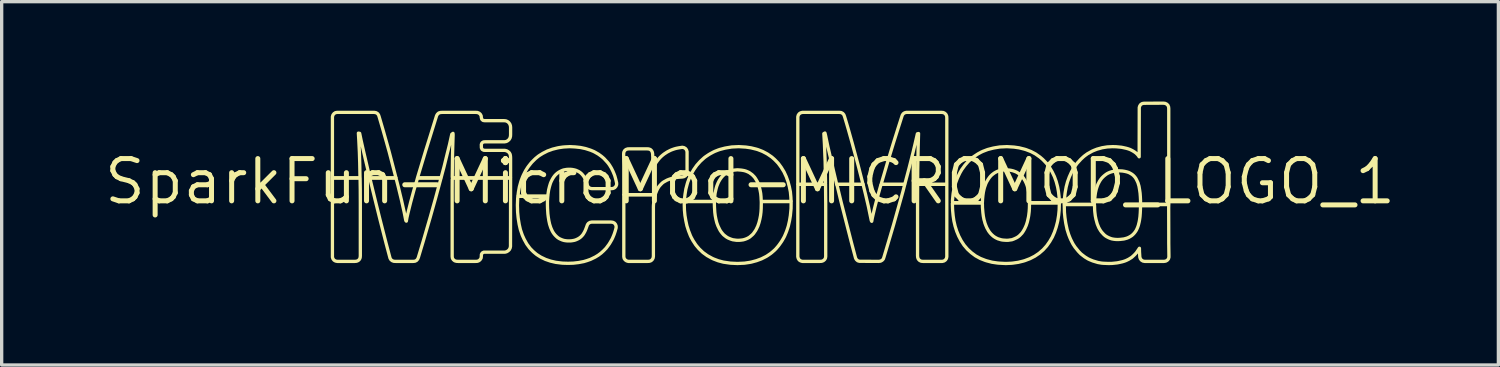
<source format=kicad_pcb>
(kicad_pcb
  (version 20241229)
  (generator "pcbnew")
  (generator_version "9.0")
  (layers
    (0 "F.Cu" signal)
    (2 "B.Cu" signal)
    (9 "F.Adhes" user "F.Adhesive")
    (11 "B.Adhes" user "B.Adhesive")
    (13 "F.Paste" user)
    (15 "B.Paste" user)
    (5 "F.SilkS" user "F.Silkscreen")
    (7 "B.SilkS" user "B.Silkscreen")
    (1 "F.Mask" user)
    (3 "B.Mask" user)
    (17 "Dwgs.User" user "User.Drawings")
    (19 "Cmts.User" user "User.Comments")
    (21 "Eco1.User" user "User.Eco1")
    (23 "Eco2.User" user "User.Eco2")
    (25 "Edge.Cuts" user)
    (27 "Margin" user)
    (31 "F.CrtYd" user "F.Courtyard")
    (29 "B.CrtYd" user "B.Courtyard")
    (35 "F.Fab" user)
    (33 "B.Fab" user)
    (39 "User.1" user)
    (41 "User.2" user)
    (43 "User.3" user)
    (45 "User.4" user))
  (footprint "SparkFun-MicroMod-MICROMOD_LOGO_1"
    (layer "F.Cu")
    (at 19.481 2.404)
    (property "Reference" "SparkFun-MicroMod-MICROMOD_LOGO_1" (at 0 0 0) (layer "F.SilkS") (effects (font (size 1.27 1.27) (thickness 0.15))))
    (attr exclude_from_pos_files exclude_from_bom)
    (fp_poly (pts (xy 2.268 0.084) (xy 1.478 0.084) (xy 1.435 0.094) (xy 1.435 2.258) (xy 1.448 2.309) (xy 1.476 2.355) (xy 1.519 2.383) (xy 1.57 2.398) (xy 2.098 2.398) (xy 2.151 2.395) (xy 2.2 2.377) (xy 2.24 2.344) (xy 2.266 2.299) (xy 2.273 2.248) (xy 2.273 0.663) (xy 2.268 0.084)) (stroke (width 0.099) (type solid)) (fill no) (layer "F.SilkS"))
    (fp_poly (pts (xy 5.911 0.084) (xy 5.062 0.084) (xy 5.034 0.109) (xy 5.032 0.693) (xy 5.032 2.23) (xy 5.037 2.283) (xy 5.057 2.332) (xy 5.093 2.37) (xy 5.141 2.393) (xy 5.194 2.398) (xy 5.776 2.398) (xy 5.827 2.385) (xy 5.87 2.355) (xy 5.9 2.309) (xy 5.911 2.258) (xy 5.911 0.084)) (stroke (width 0.099) (type solid)) (fill no) (layer "F.SilkS"))
    (fp_poly (pts (xy -12.545 -0.109) (xy -12.545 2.271) (xy -12.53 2.319) (xy -12.497 2.362) (xy -12.451 2.388) (xy -12.4 2.398) (xy -11.869 2.398) (xy -11.819 2.393) (xy -11.77 2.372) (xy -11.732 2.334) (xy -11.712 2.286) (xy -11.707 2.233) (xy -11.707 0.645) (xy -11.709 0.224) (xy -11.714 -0.091) (xy -11.753 -0.109) (xy -12.545 -0.109)) (stroke (width 0.099) (type solid)) (fill no) (layer "F.SilkS"))
    (fp_poly (pts (xy -2.85 0.396) (xy -3.749 0.396) (xy -3.792 0.406) (xy -3.792 2.258) (xy -3.782 2.309) (xy -3.752 2.352) (xy -3.708 2.383) (xy -3.658 2.398) (xy -3.076 2.398) (xy -3.023 2.395) (xy -2.974 2.377) (xy -2.936 2.342) (xy -2.911 2.296) (xy -2.903 2.243) (xy -2.903 0.866) (xy -2.903 0.762) (xy -2.901 0.709) (xy -2.891 0.602) (xy -2.875 0.498) (xy -2.85 0.396)) (stroke (width 0.099) (type solid)) (fill no) (layer "F.SilkS"))
    (fp_poly (pts (xy -7.193 -0.109) (xy -8.933 -0.109) (xy -8.946 -0.069) (xy -8.948 0.246) (xy -8.948 2.25) (xy -8.941 2.304) (xy -8.913 2.347) (xy -8.872 2.38) (xy -8.821 2.395) (xy -8.771 2.398) (xy -8.242 2.398) (xy -8.189 2.395) (xy -8.141 2.375) (xy -8.103 2.339) (xy -8.077 2.294) (xy -8.072 2.24) (xy -8.07 2.189) (xy -8.044 2.144) (xy -7.998 2.121) (xy -7.363 2.121) (xy -7.313 2.108) (xy -7.267 2.08) (xy -7.231 2.045) (xy -7.206 1.996) (xy -7.196 1.946) (xy -7.193 -0.056) (xy -7.193 -0.109)) (stroke (width 0.099) (type solid)) (fill no) (layer "F.SilkS"))
    (fp_poly (pts (xy -12.403 -2.078) (xy -12.454 -2.07) (xy -12.497 -2.042) (xy -12.53 -1.999) (xy -12.545 -1.948) (xy -12.545 -0.152) (xy -12.535 -0.109) (xy -11.742 -0.109) (xy -11.717 -0.135) (xy -11.725 -0.559) (xy -11.735 -0.876) (xy -11.753 -1.245) (xy -11.765 -1.455) (xy -11.727 -1.448) (xy -11.684 -1.24) (xy -11.603 -0.879) (xy -11.435 -0.157) (xy -11.42 -0.109) (xy -10.681 -0.109) (xy -10.638 -0.117) (xy -10.732 -0.478) (xy -10.838 -0.886) (xy -10.909 -1.14) (xy -11.024 -1.547) (xy -11.143 -1.953) (xy -11.161 -2.004) (xy -11.194 -2.045) (xy -11.239 -2.07) (xy -11.29 -2.078) (xy -12.403 -2.078)) (stroke (width 0.099) (type solid)) (fill no) (layer "F.SilkS"))
    (fp_poly (pts (xy 5.7 -2.078) (xy 4.694 -2.078) (xy 4.643 -2.065) (xy 4.6 -2.035) (xy 4.572 -1.991) (xy 4.427 -1.537) (xy 4.3 -1.133) (xy 4.145 -0.625) (xy 4.026 -0.218) (xy 3.937 0.084) (xy 4.625 0.084) (xy 4.656 0.053) (xy 4.778 -0.406) (xy 4.895 -0.869) (xy 4.956 -1.125) (xy 5.027 -1.435) (xy 5.062 -1.443) (xy 5.05 -1.019) (xy 5.037 -0.33) (xy 5.034 0.038) (xy 5.042 0.084) (xy 5.89 0.084) (xy 5.911 0.048) (xy 5.911 -1.908) (xy 5.908 -1.961) (xy 5.888 -2.012) (xy 5.852 -2.05) (xy 5.806 -2.073) (xy 5.753 -2.078) (xy 5.7 -2.078)) (stroke (width 0.099) (type solid)) (fill no) (layer "F.SilkS"))
    (fp_poly (pts (xy 2.603 0.084) (xy 3.345 0.084) (xy 3.393 0.079) (xy 3.249 -0.483) (xy 3.195 -0.686) (xy 3.071 -1.146) (xy 2.957 -1.552) (xy 2.898 -1.755) (xy 2.837 -1.958) (xy 2.817 -2.009) (xy 2.784 -2.047) (xy 2.736 -2.073) (xy 2.685 -2.078) (xy 1.572 -2.078) (xy 1.521 -2.065) (xy 1.478 -2.037) (xy 1.448 -1.994) (xy 1.435 -1.943) (xy 1.435 0.066) (xy 1.471 0.084) (xy 2.263 0.084) (xy 2.268 0.036) (xy 2.256 -0.594) (xy 2.245 -0.859) (xy 2.235 -1.123) (xy 2.217 -1.44) (xy 2.25 -1.458) (xy 2.263 -1.41) (xy 2.339 -1.046) (xy 2.423 -0.686) (xy 2.494 -0.376) (xy 2.603 0.084)) (stroke (width 0.099) (type solid)) (fill no) (layer "F.SilkS"))
    (fp_poly (pts (xy 4.648 0.084) (xy 3.957 0.084) (xy 3.927 0.112) (xy 3.84 0.419) (xy 3.747 0.777) (xy 3.698 0.986) (xy 3.675 1.087) (xy 3.655 1.194) (xy 3.642 1.171) (xy 3.599 0.963) (xy 3.556 0.754) (xy 3.472 0.394) (xy 3.396 0.084) (xy 2.654 0.084) (xy 2.609 0.089) (xy 2.733 0.605) (xy 2.916 1.323) (xy 3.048 1.839) (xy 3.17 2.299) (xy 3.195 2.344) (xy 3.236 2.38) (xy 3.287 2.395) (xy 3.868 2.398) (xy 3.922 2.39) (xy 3.967 2.365) (xy 4.003 2.327) (xy 4.021 2.276) (xy 4.082 2.073) (xy 4.308 1.311) (xy 4.524 0.544) (xy 4.595 0.29) (xy 4.648 0.084)) (stroke (width 0.099) (type solid)) (fill no) (layer "F.SilkS"))
    (fp_poly (pts (xy -10.638 -0.109) (xy -11.377 -0.109) (xy -11.422 -0.104) (xy -11.26 0.559) (xy -11.12 1.123) (xy -10.937 1.839) (xy -10.815 2.299) (xy -10.79 2.344) (xy -10.749 2.377) (xy -10.701 2.395) (xy -10.648 2.398) (xy -10.119 2.398) (xy -10.066 2.393) (xy -10.02 2.37) (xy -9.985 2.329) (xy -9.964 2.281) (xy -9.812 1.775) (xy -9.606 1.067) (xy -9.449 0.508) (xy -9.284 -0.102) (xy -9.327 -0.109) (xy -9.962 -0.109) (xy -9.995 -0.086) (xy -10.099 0.267) (xy -10.196 0.625) (xy -10.272 0.93) (xy -10.307 1.085) (xy -10.325 1.189) (xy -10.34 1.173) (xy -10.391 0.914) (xy -10.472 0.554) (xy -10.571 0.145) (xy -10.61 -0.008) (xy -10.638 -0.109)) (stroke (width 0.099) (type solid)) (fill no) (layer "F.SilkS"))
    (fp_poly (pts (xy -9.99 -0.109) (xy -9.301 -0.109) (xy -9.274 -0.14) (xy -9.192 -0.447) (xy -9.091 -0.859) (xy -9.027 -1.115) (xy -8.959 -1.422) (xy -8.923 -1.448) (xy -8.92 -1.4) (xy -8.928 -1.135) (xy -8.938 -0.765) (xy -8.946 -0.132) (xy -8.915 -0.109) (xy -7.224 -0.109) (xy -7.193 -0.132) (xy -7.193 -0.714) (xy -7.196 -0.765) (xy -7.206 -0.818) (xy -7.231 -0.864) (xy -7.269 -0.899) (xy -7.315 -0.925) (xy -7.369 -0.937) (xy -7.95 -0.937) (xy -8.001 -0.94) (xy -8.047 -0.965) (xy -8.07 -1.011) (xy -8.072 -1.115) (xy -8.052 -1.163) (xy -8.006 -1.191) (xy -7.955 -1.194) (xy -7.374 -1.194) (xy -7.32 -1.204) (xy -7.275 -1.229) (xy -7.236 -1.265) (xy -7.209 -1.311) (xy -7.196 -1.361) (xy -7.193 -1.412) (xy -7.193 -1.626) (xy -7.198 -1.676) (xy -7.216 -1.727) (xy -7.247 -1.77) (xy -7.287 -1.803) (xy -7.336 -1.824) (xy -7.389 -1.829) (xy -7.971 -1.829) (xy -8.021 -1.836) (xy -8.059 -1.872) (xy -8.072 -1.923) (xy -8.077 -1.974) (xy -8.103 -2.022) (xy -8.141 -2.055) (xy -8.189 -2.075) (xy -8.242 -2.078) (xy -9.248 -2.078) (xy -9.299 -2.075) (xy -9.35 -2.06) (xy -9.39 -2.024) (xy -9.416 -1.979) (xy -9.604 -1.374) (xy -9.746 -0.919) (xy -9.99 -0.109)) (stroke (width 0.099) (type solid)) (fill no) (layer "F.SilkS"))
    (fp_poly (pts (xy -2.035 -1.029) (xy -2.139 -1.013) (xy -2.192 -1.003) (xy -2.243 -0.991) (xy -2.294 -0.975) (xy -2.342 -0.958) (xy -2.393 -0.937) (xy -2.438 -0.914) (xy -2.487 -0.889) (xy -2.53 -0.861) (xy -2.576 -0.831) (xy -2.616 -0.8) (xy -2.657 -0.765) (xy -2.695 -0.729) (xy -2.731 -0.691) (xy -2.764 -0.65) (xy -2.797 -0.607) (xy -2.827 -0.564) (xy -2.855 -0.518) (xy -2.878 -0.472) (xy -2.901 -0.424) (xy -2.916 -0.404) (xy -2.918 -0.668) (xy -2.926 -0.828) (xy -2.934 -0.879) (xy -2.957 -0.927) (xy -2.995 -0.963) (xy -3.045 -0.98) (xy -3.096 -0.983) (xy -3.625 -0.983) (xy -3.678 -0.98) (xy -3.729 -0.963) (xy -3.767 -0.93) (xy -3.792 -0.881) (xy -3.797 -0.831) (xy -3.792 -0.46) (xy -3.792 0.384) (xy -3.749 0.394) (xy -2.852 0.394) (xy -2.814 0.297) (xy -2.794 0.249) (xy -2.769 0.203) (xy -2.741 0.157) (xy -2.708 0.117) (xy -2.672 0.079) (xy -2.634 0.041) (xy -2.591 0.01) (xy -2.545 -0.015) (xy -2.499 -0.041) (xy -2.451 -0.061) (xy -2.4 -0.079) (xy -2.349 -0.094) (xy -2.248 -0.117) (xy -2.141 -0.13) (xy -2.037 -0.137) (xy -1.986 -0.147) (xy -1.941 -0.173) (xy -1.908 -0.216) (xy -1.892 -0.264) (xy -1.892 -0.899) (xy -1.908 -0.95) (xy -1.938 -0.991) (xy -1.984 -1.019) (xy -2.035 -1.029)) (stroke (width 0.099) (type solid)) (fill no) (layer "F.SilkS"))
    (fp_poly (pts (xy 9.291 0.638) (xy 8.445 0.638) (xy 8.395 0.64) (xy 8.392 0.8) (xy 8.385 0.904) (xy 8.372 1.011) (xy 8.364 1.062) (xy 8.341 1.166) (xy 8.329 1.217) (xy 8.313 1.267) (xy 8.296 1.318) (xy 8.252 1.415) (xy 8.227 1.46) (xy 8.199 1.506) (xy 8.169 1.549) (xy 8.133 1.587) (xy 8.095 1.626) (xy 8.054 1.659) (xy 8.009 1.687) (xy 7.963 1.709) (xy 7.915 1.73) (xy 7.864 1.748) (xy 7.811 1.755) (xy 7.76 1.763) (xy 7.706 1.765) (xy 7.6 1.758) (xy 7.549 1.75) (xy 7.498 1.735) (xy 7.447 1.72) (xy 7.399 1.697) (xy 7.353 1.671) (xy 7.31 1.641) (xy 7.269 1.605) (xy 7.231 1.567) (xy 7.198 1.527) (xy 7.168 1.486) (xy 7.115 1.392) (xy 7.094 1.344) (xy 7.074 1.295) (xy 7.056 1.245) (xy 7.043 1.194) (xy 7.028 1.143) (xy 7.008 1.039) (xy 6.995 0.935) (xy 6.982 0.777) (xy 6.98 0.671) (xy 6.96 0.638) (xy 6.114 0.638) (xy 6.078 0.658) (xy 6.083 0.815) (xy 6.086 0.869) (xy 6.101 1.026) (xy 6.124 1.184) (xy 6.16 1.339) (xy 6.208 1.491) (xy 6.269 1.638) (xy 6.342 1.778) (xy 6.429 1.91) (xy 6.533 2.032) (xy 6.65 2.139) (xy 6.777 2.233) (xy 6.916 2.309) (xy 7.064 2.367) (xy 7.115 2.383) (xy 7.269 2.423) (xy 7.424 2.446) (xy 7.478 2.451) (xy 7.635 2.459) (xy 7.689 2.461) (xy 7.849 2.454) (xy 7.899 2.449) (xy 8.057 2.426) (xy 8.212 2.388) (xy 8.263 2.372) (xy 8.41 2.316) (xy 8.552 2.243) (xy 8.684 2.154) (xy 8.804 2.05) (xy 8.91 1.933) (xy 9.002 1.803) (xy 9.081 1.666) (xy 9.144 1.521) (xy 9.195 1.369) (xy 9.235 1.217) (xy 9.246 1.163) (xy 9.271 1.008) (xy 9.286 0.851) (xy 9.291 0.638)) (stroke (width 0.099) (type solid)) (fill no) (layer "F.SilkS"))
    (fp_poly (pts (xy 11.834 -2.352) (xy 11.783 -2.344) (xy 11.737 -2.316) (xy 11.707 -2.273) (xy 11.692 -2.225) (xy 11.689 -0.744) (xy 11.664 -0.782) (xy 11.628 -0.823) (xy 11.59 -0.859) (xy 11.549 -0.889) (xy 11.504 -0.917) (xy 11.458 -0.942) (xy 11.41 -0.965) (xy 11.359 -0.983) (xy 11.308 -0.998) (xy 11.206 -1.021) (xy 11.153 -1.031) (xy 11.102 -1.036) (xy 10.996 -1.046) (xy 10.892 -1.049) (xy 10.732 -1.041) (xy 10.577 -1.016) (xy 10.422 -0.973) (xy 10.325 -0.935) (xy 10.277 -0.914) (xy 10.183 -0.861) (xy 10.137 -0.836) (xy 10.053 -0.775) (xy 10.01 -0.739) (xy 9.934 -0.668) (xy 9.827 -0.551) (xy 9.733 -0.424) (xy 9.655 -0.284) (xy 9.591 -0.14) (xy 9.538 0.005) (xy 9.497 0.16) (xy 9.469 0.315) (xy 9.461 0.368) (xy 9.444 0.526) (xy 9.439 0.683) (xy 9.487 0.688) (xy 10.333 0.688) (xy 10.345 0.65) (xy 10.351 0.544) (xy 10.361 0.439) (xy 10.376 0.335) (xy 10.399 0.231) (xy 10.432 0.132) (xy 10.452 0.081) (xy 10.5 -0.01) (xy 10.528 -0.053) (xy 10.561 -0.097) (xy 10.597 -0.135) (xy 10.635 -0.17) (xy 10.676 -0.203) (xy 10.719 -0.234) (xy 10.767 -0.259) (xy 10.815 -0.279) (xy 10.866 -0.295) (xy 10.917 -0.307) (xy 10.968 -0.318) (xy 11.021 -0.32) (xy 11.074 -0.323) (xy 11.179 -0.318) (xy 11.232 -0.31) (xy 11.283 -0.3) (xy 11.333 -0.287) (xy 11.384 -0.269) (xy 11.43 -0.244) (xy 11.476 -0.216) (xy 11.516 -0.183) (xy 11.552 -0.145) (xy 11.585 -0.102) (xy 11.61 -0.056) (xy 11.633 -0.008) (xy 11.654 0.038) (xy 11.684 0.14) (xy 11.702 0.244) (xy 11.717 0.348) (xy 11.725 0.455) (xy 11.73 0.559) (xy 11.73 0.665) (xy 11.76 0.688) (xy 12.553 0.688) (xy 12.578 0.66) (xy 12.578 -2.189) (xy 12.573 -2.243) (xy 12.553 -2.291) (xy 12.515 -2.327) (xy 12.469 -2.349) (xy 12.416 -2.355) (xy 11.834 -2.352)) (stroke (width 0.099) (type solid)) (fill no) (layer "F.SilkS"))
    (fp_poly (pts (xy -0.338 -1.049) (xy -0.549 -1.039) (xy -0.706 -1.013) (xy -0.759 -1.003) (xy -0.912 -0.963) (xy -0.963 -0.945) (xy -1.059 -0.907) (xy -1.107 -0.884) (xy -1.201 -0.833) (xy -1.247 -0.805) (xy -1.333 -0.747) (xy -1.377 -0.714) (xy -1.494 -0.607) (xy -1.6 -0.488) (xy -1.692 -0.358) (xy -1.745 -0.267) (xy -1.77 -0.221) (xy -1.814 -0.124) (xy -1.836 -0.076) (xy -1.872 0.02) (xy -1.887 0.071) (xy -1.928 0.226) (xy -1.953 0.381) (xy -1.966 0.488) (xy -1.971 0.592) (xy -1.925 0.599) (xy -1.077 0.599) (xy -1.069 0.554) (xy -1.062 0.447) (xy -1.049 0.343) (xy -1.026 0.239) (xy -1.013 0.188) (xy -0.998 0.137) (xy -0.978 0.086) (xy -0.958 0.038) (xy -0.935 -0.008) (xy -0.909 -0.053) (xy -0.879 -0.097) (xy -0.846 -0.14) (xy -0.81 -0.178) (xy -0.772 -0.213) (xy -0.729 -0.246) (xy -0.686 -0.274) (xy -0.638 -0.297) (xy -0.589 -0.318) (xy -0.538 -0.333) (xy -0.485 -0.343) (xy -0.434 -0.348) (xy -0.381 -0.353) (xy -0.274 -0.345) (xy -0.224 -0.338) (xy -0.17 -0.328) (xy -0.119 -0.312) (xy -0.071 -0.292) (xy -0.023 -0.269) (xy 0.018 -0.239) (xy 0.061 -0.208) (xy 0.099 -0.17) (xy 0.135 -0.132) (xy 0.165 -0.089) (xy 0.193 -0.043) (xy 0.218 0) (xy 0.241 0.048) (xy 0.274 0.147) (xy 0.3 0.251) (xy 0.32 0.356) (xy 0.33 0.46) (xy 0.335 0.566) (xy 0.358 0.599) (xy 1.204 0.599) (xy 1.232 0.574) (xy 1.227 0.47) (xy 1.212 0.31) (xy 1.181 0.155) (xy 1.14 0) (xy 1.087 -0.147) (xy 1.021 -0.29) (xy 0.937 -0.427) (xy 0.876 -0.511) (xy 0.843 -0.554) (xy 0.77 -0.63) (xy 0.732 -0.668) (xy 0.653 -0.737) (xy 0.61 -0.767) (xy 0.521 -0.828) (xy 0.475 -0.853) (xy 0.381 -0.902) (xy 0.333 -0.922) (xy 0.234 -0.96) (xy 0.183 -0.975) (xy 0.028 -1.013) (xy -0.127 -1.036) (xy -0.338 -1.049)) (stroke (width 0.099) (type solid)) (fill no) (layer "F.SilkS"))
    (fp_poly (pts (xy -6.076 0.442) (xy -6.924 0.442) (xy -6.972 0.445) (xy -6.98 0.495) (xy -6.982 0.549) (xy -6.988 0.709) (xy -6.982 0.919) (xy -6.967 1.077) (xy -6.96 1.13) (xy -6.934 1.288) (xy -6.899 1.443) (xy -6.848 1.593) (xy -6.828 1.641) (xy -6.784 1.737) (xy -6.706 1.877) (xy -6.612 2.004) (xy -6.538 2.08) (xy -6.5 2.116) (xy -6.419 2.184) (xy -6.373 2.215) (xy -6.284 2.271) (xy -6.142 2.339) (xy -5.992 2.39) (xy -5.837 2.426) (xy -5.679 2.446) (xy -5.626 2.451) (xy -5.466 2.456) (xy -5.309 2.451) (xy -5.151 2.433) (xy -5.047 2.413) (xy -4.994 2.403) (xy -4.892 2.372) (xy -4.793 2.337) (xy -4.745 2.314) (xy -4.651 2.268) (xy -4.605 2.24) (xy -4.559 2.212) (xy -4.475 2.149) (xy -4.397 2.078) (xy -4.323 2.002) (xy -4.26 1.918) (xy -4.229 1.875) (xy -4.201 1.829) (xy -4.148 1.737) (xy -4.125 1.689) (xy -4.084 1.59) (xy -4.051 1.491) (xy -4.023 1.389) (xy -4.023 1.336) (xy -4.041 1.288) (xy -4.074 1.247) (xy -4.122 1.224) (xy -4.173 1.217) (xy -4.757 1.217) (xy -4.808 1.227) (xy -4.854 1.255) (xy -4.884 1.295) (xy -4.92 1.394) (xy -4.94 1.445) (xy -4.961 1.494) (xy -4.986 1.539) (xy -5.014 1.585) (xy -5.047 1.626) (xy -5.085 1.664) (xy -5.128 1.697) (xy -5.171 1.722) (xy -5.22 1.745) (xy -5.271 1.763) (xy -5.321 1.773) (xy -5.375 1.781) (xy -5.428 1.783) (xy -5.481 1.783) (xy -5.532 1.778) (xy -5.585 1.77) (xy -5.636 1.755) (xy -5.685 1.735) (xy -5.733 1.712) (xy -5.776 1.684) (xy -5.817 1.648) (xy -5.855 1.61) (xy -5.888 1.57) (xy -5.918 1.527) (xy -5.944 1.481) (xy -5.966 1.433) (xy -5.987 1.384) (xy -6.02 1.283) (xy -6.043 1.179) (xy -6.06 1.074) (xy -6.073 0.97) (xy -6.083 0.81) (xy -6.086 0.706) (xy -6.086 0.599) (xy -6.083 0.546) (xy -6.076 0.442)) (stroke (width 0.099) (type solid)) (fill no) (layer "F.SilkS"))
    (fp_poly (pts (xy -5.413 -1.049) (xy -5.57 -1.041) (xy -5.624 -1.036) (xy -5.728 -1.021) (xy -5.781 -1.011) (xy -5.933 -0.973) (xy -6.032 -0.937) (xy -6.083 -0.919) (xy -6.223 -0.848) (xy -6.314 -0.792) (xy -6.358 -0.762) (xy -6.439 -0.696) (xy -6.477 -0.66) (xy -6.553 -0.584) (xy -6.586 -0.546) (xy -6.652 -0.462) (xy -6.683 -0.419) (xy -6.739 -0.33) (xy -6.764 -0.284) (xy -6.812 -0.188) (xy -6.833 -0.14) (xy -6.871 -0.041) (xy -6.886 0.005) (xy -6.929 0.16) (xy -6.957 0.315) (xy -6.97 0.419) (xy -6.942 0.442) (xy -6.096 0.442) (xy -6.073 0.409) (xy -6.066 0.356) (xy -6.05 0.251) (xy -6.025 0.15) (xy -6.01 0.099) (xy -5.994 0.048) (xy -5.974 0) (xy -5.951 -0.046) (xy -5.926 -0.091) (xy -5.898 -0.135) (xy -5.865 -0.178) (xy -5.829 -0.216) (xy -5.789 -0.251) (xy -5.745 -0.282) (xy -5.7 -0.307) (xy -5.652 -0.33) (xy -5.603 -0.348) (xy -5.55 -0.358) (xy -5.499 -0.366) (xy -5.446 -0.368) (xy -5.392 -0.368) (xy -5.342 -0.363) (xy -5.288 -0.353) (xy -5.237 -0.34) (xy -5.189 -0.32) (xy -5.141 -0.297) (xy -5.098 -0.267) (xy -5.057 -0.231) (xy -5.024 -0.193) (xy -4.991 -0.15) (xy -4.966 -0.104) (xy -4.943 -0.056) (xy -4.923 -0.008) (xy -4.907 0.041) (xy -4.895 0.091) (xy -4.877 0.14) (xy -4.841 0.18) (xy -4.796 0.206) (xy -4.742 0.213) (xy -4.163 0.213) (xy -4.11 0.206) (xy -4.064 0.183) (xy -4.028 0.142) (xy -4.008 0.094) (xy -4.008 0.043) (xy -4.031 -0.058) (xy -4.059 -0.16) (xy -4.077 -0.211) (xy -4.117 -0.307) (xy -4.163 -0.401) (xy -4.219 -0.493) (xy -4.249 -0.536) (xy -4.282 -0.577) (xy -4.354 -0.655) (xy -4.389 -0.693) (xy -4.43 -0.729) (xy -4.47 -0.762) (xy -4.554 -0.823) (xy -4.646 -0.876) (xy -4.694 -0.902) (xy -4.79 -0.942) (xy -4.892 -0.975) (xy -4.943 -0.991) (xy -5.044 -1.013) (xy -5.098 -1.024) (xy -5.255 -1.041) (xy -5.413 -1.049)) (stroke (width 0.099) (type solid)) (fill no) (layer "F.SilkS"))
    (fp_poly (pts (xy 7.717 -1.049) (xy 7.503 -1.039) (xy 7.346 -1.013) (xy 7.295 -1.003) (xy 7.14 -0.963) (xy 7.092 -0.945) (xy 6.993 -0.907) (xy 6.944 -0.884) (xy 6.85 -0.833) (xy 6.807 -0.805) (xy 6.718 -0.747) (xy 6.678 -0.714) (xy 6.558 -0.607) (xy 6.454 -0.488) (xy 6.36 -0.358) (xy 6.307 -0.267) (xy 6.284 -0.221) (xy 6.238 -0.124) (xy 6.218 -0.076) (xy 6.182 0.02) (xy 6.165 0.071) (xy 6.126 0.226) (xy 6.106 0.33) (xy 6.099 0.381) (xy 6.083 0.541) (xy 6.081 0.592) (xy 6.086 0.638) (xy 6.934 0.638) (xy 6.98 0.632) (xy 6.985 0.526) (xy 6.995 0.419) (xy 7.01 0.315) (xy 7.033 0.211) (xy 7.048 0.16) (xy 7.084 0.061) (xy 7.107 0.013) (xy 7.132 -0.03) (xy 7.16 -0.076) (xy 7.191 -0.119) (xy 7.224 -0.16) (xy 7.262 -0.198) (xy 7.303 -0.231) (xy 7.346 -0.262) (xy 7.391 -0.287) (xy 7.44 -0.31) (xy 7.49 -0.325) (xy 7.541 -0.338) (xy 7.595 -0.348) (xy 7.648 -0.351) (xy 7.699 -0.351) (xy 7.752 -0.348) (xy 7.805 -0.343) (xy 7.859 -0.333) (xy 7.91 -0.32) (xy 7.958 -0.302) (xy 8.006 -0.282) (xy 8.052 -0.254) (xy 8.095 -0.224) (xy 8.136 -0.191) (xy 8.174 -0.152) (xy 8.207 -0.109) (xy 8.235 -0.066) (xy 8.263 -0.02) (xy 8.285 0.025) (xy 8.306 0.074) (xy 8.324 0.124) (xy 8.352 0.226) (xy 8.372 0.33) (xy 8.377 0.381) (xy 8.385 0.434) (xy 8.392 0.541) (xy 8.392 0.594) (xy 8.402 0.638) (xy 9.251 0.638) (xy 9.291 0.627) (xy 9.284 0.467) (xy 9.266 0.31) (xy 9.248 0.206) (xy 9.238 0.155) (xy 9.197 0) (xy 9.144 -0.147) (xy 9.075 -0.29) (xy 8.994 -0.427) (xy 8.931 -0.513) (xy 8.898 -0.554) (xy 8.826 -0.63) (xy 8.788 -0.668) (xy 8.707 -0.737) (xy 8.664 -0.767) (xy 8.578 -0.828) (xy 8.532 -0.853) (xy 8.438 -0.902) (xy 8.387 -0.922) (xy 8.288 -0.96) (xy 8.237 -0.975) (xy 8.085 -1.013) (xy 7.927 -1.036) (xy 7.717 -1.049)) (stroke (width 0.099) (type solid)) (fill no) (layer "F.SilkS"))
    (fp_poly (pts (xy 1.234 0.599) (xy 0.389 0.599) (xy 0.338 0.602) (xy 0.338 0.655) (xy 0.335 0.813) (xy 0.328 0.919) (xy 0.315 1.024) (xy 0.305 1.077) (xy 0.295 1.128) (xy 0.269 1.232) (xy 0.236 1.331) (xy 0.191 1.427) (xy 0.165 1.473) (xy 0.135 1.516) (xy 0.104 1.56) (xy 0.069 1.598) (xy 0.028 1.633) (xy -0.01 1.666) (xy -0.056 1.694) (xy -0.104 1.717) (xy -0.152 1.735) (xy -0.203 1.75) (xy -0.257 1.758) (xy -0.307 1.763) (xy -0.361 1.765) (xy -0.414 1.763) (xy -0.467 1.755) (xy -0.518 1.748) (xy -0.569 1.732) (xy -0.62 1.712) (xy -0.665 1.692) (xy -0.711 1.664) (xy -0.754 1.631) (xy -0.795 1.598) (xy -0.831 1.557) (xy -0.864 1.516) (xy -0.894 1.473) (xy -0.919 1.427) (xy -0.942 1.379) (xy -0.965 1.331) (xy -1.001 1.232) (xy -1.026 1.13) (xy -1.046 1.026) (xy -1.059 0.922) (xy -1.069 0.762) (xy -1.072 0.658) (xy -1.072 0.605) (xy -1.12 0.599) (xy -1.966 0.599) (xy -1.974 0.645) (xy -1.976 0.699) (xy -1.971 0.856) (xy -1.956 1.016) (xy -1.93 1.171) (xy -1.897 1.326) (xy -1.849 1.478) (xy -1.791 1.626) (xy -1.768 1.674) (xy -1.717 1.768) (xy -1.689 1.811) (xy -1.631 1.9) (xy -1.598 1.941) (xy -1.529 2.022) (xy -1.415 2.131) (xy -1.285 2.225) (xy -1.148 2.301) (xy -1.1 2.324) (xy -1.001 2.362) (xy -0.953 2.38) (xy -0.798 2.421) (xy -0.589 2.451) (xy -0.378 2.461) (xy -0.165 2.451) (xy -0.01 2.428) (xy 0.041 2.418) (xy 0.193 2.377) (xy 0.343 2.322) (xy 0.485 2.25) (xy 0.528 2.223) (xy 0.617 2.162) (xy 0.658 2.129) (xy 0.737 2.06) (xy 0.775 2.022) (xy 0.843 1.943) (xy 0.876 1.9) (xy 0.937 1.814) (xy 0.965 1.77) (xy 1.019 1.676) (xy 1.041 1.631) (xy 1.082 1.534) (xy 1.102 1.483) (xy 1.135 1.384) (xy 1.151 1.333) (xy 1.186 1.179) (xy 1.212 1.021) (xy 1.227 0.864) (xy 1.232 0.81) (xy 1.234 0.653) (xy 1.234 0.599)) (stroke (width 0.099) (type solid)) (fill no) (layer "F.SilkS"))
    (fp_poly (pts (xy 12.578 0.688) (xy 11.732 0.688) (xy 11.727 0.846) (xy 11.722 0.953) (xy 11.714 1.057) (xy 11.699 1.161) (xy 11.689 1.214) (xy 11.664 1.316) (xy 11.646 1.367) (xy 11.626 1.415) (xy 11.603 1.463) (xy 11.575 1.506) (xy 11.542 1.549) (xy 11.506 1.587) (xy 11.468 1.621) (xy 11.422 1.651) (xy 11.377 1.676) (xy 11.328 1.697) (xy 11.278 1.712) (xy 11.227 1.725) (xy 11.123 1.737) (xy 11.069 1.74) (xy 11.016 1.74) (xy 10.963 1.737) (xy 10.912 1.73) (xy 10.861 1.72) (xy 10.81 1.702) (xy 10.762 1.681) (xy 10.714 1.656) (xy 10.671 1.628) (xy 10.63 1.593) (xy 10.594 1.554) (xy 10.559 1.516) (xy 10.528 1.473) (xy 10.5 1.427) (xy 10.475 1.382) (xy 10.455 1.333) (xy 10.434 1.283) (xy 10.419 1.234) (xy 10.391 1.13) (xy 10.371 1.029) (xy 10.358 0.922) (xy 10.353 0.871) (xy 10.351 0.818) (xy 10.348 0.711) (xy 10.317 0.688) (xy 9.472 0.688) (xy 9.439 0.711) (xy 9.444 0.922) (xy 9.459 1.079) (xy 9.482 1.237) (xy 9.492 1.288) (xy 9.525 1.443) (xy 9.573 1.595) (xy 9.611 1.692) (xy 9.632 1.74) (xy 9.68 1.836) (xy 9.705 1.882) (xy 9.764 1.971) (xy 9.863 2.093) (xy 9.936 2.169) (xy 9.977 2.202) (xy 10.061 2.266) (xy 10.152 2.322) (xy 10.198 2.344) (xy 10.297 2.385) (xy 10.45 2.431) (xy 10.554 2.449) (xy 10.604 2.454) (xy 10.765 2.461) (xy 10.869 2.459) (xy 10.922 2.454) (xy 11.026 2.443) (xy 11.079 2.433) (xy 11.181 2.41) (xy 11.232 2.395) (xy 11.283 2.377) (xy 11.331 2.355) (xy 11.377 2.332) (xy 11.422 2.304) (xy 11.466 2.276) (xy 11.506 2.24) (xy 11.544 2.205) (xy 11.58 2.167) (xy 11.615 2.126) (xy 11.697 2.004) (xy 11.699 2.111) (xy 11.709 2.268) (xy 11.725 2.319) (xy 11.758 2.36) (xy 11.803 2.388) (xy 11.854 2.398) (xy 12.436 2.398) (xy 12.487 2.39) (xy 12.532 2.365) (xy 12.568 2.324) (xy 12.583 2.273) (xy 12.583 2.22) (xy 12.578 1.852) (xy 12.578 1.587) (xy 12.576 0.795) (xy 12.578 0.688)) (stroke (width 0.099) (type solid)) (fill no) (layer "F.SilkS")))
  (gr_rect
    (start -3 -3)
    (end 41.961 7.915)
    (stroke (width 0.1) (type default))
    (fill no)
    (layer "Edge.Cuts")))
</source>
